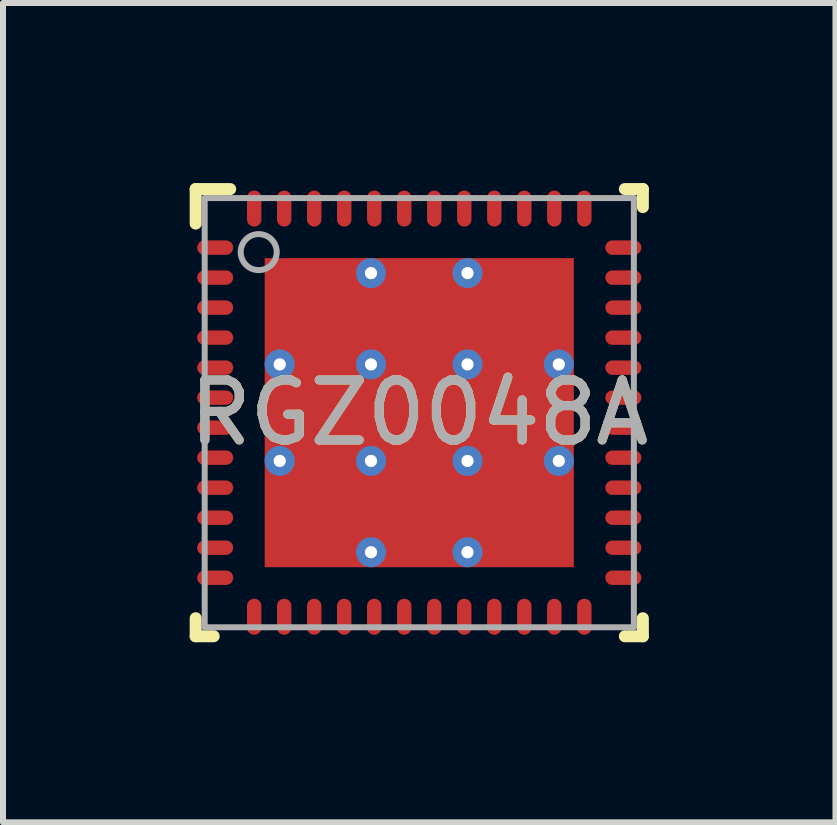
<source format=kicad_pcb>
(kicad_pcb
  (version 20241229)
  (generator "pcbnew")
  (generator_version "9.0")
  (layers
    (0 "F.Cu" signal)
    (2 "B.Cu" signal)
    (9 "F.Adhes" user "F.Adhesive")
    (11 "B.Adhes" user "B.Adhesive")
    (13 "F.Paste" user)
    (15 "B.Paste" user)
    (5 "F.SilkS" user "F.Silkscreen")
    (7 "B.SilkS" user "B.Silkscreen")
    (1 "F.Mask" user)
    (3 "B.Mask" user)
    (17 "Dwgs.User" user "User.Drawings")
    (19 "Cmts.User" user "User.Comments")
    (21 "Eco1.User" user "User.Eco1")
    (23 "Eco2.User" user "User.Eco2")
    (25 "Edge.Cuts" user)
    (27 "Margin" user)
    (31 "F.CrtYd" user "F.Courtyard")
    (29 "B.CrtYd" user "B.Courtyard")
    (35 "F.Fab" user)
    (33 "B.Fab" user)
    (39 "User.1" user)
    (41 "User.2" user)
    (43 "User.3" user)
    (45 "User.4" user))
  (footprint "RGZ0048A"
    (layer "F.Cu")
    (at 3.935 3.825)
    (property "Reference" "RGZ0048A" (at 0 0 0) (unlocked yes) (layer "F.SilkS") (effects (font (size 1 1) (thickness 0.15))))
    (attr smd)
    (fp_line (start -3.725 -3.725) (end -3.15 -3.725) (stroke (width 0.2) (type solid)) (layer "F.SilkS"))
    (fp_line (start -3.725 -3.15) (end -3.725 -3.725) (stroke (width 0.2) (type solid)) (layer "F.SilkS"))
    (fp_line (start -3.725 3.725) (end -3.725 3.425) (stroke (width 0.2) (type solid)) (layer "F.SilkS"))
    (fp_line (start -3.725 3.725) (end -3.425 3.725) (stroke (width 0.2) (type solid)) (layer "F.SilkS"))
    (fp_line (start 3.425 -3.725) (end 3.725 -3.725) (stroke (width 0.2) (type solid)) (layer "F.SilkS"))
    (fp_line (start 3.425 3.725) (end 3.725 3.725) (stroke (width 0.2) (type solid)) (layer "F.SilkS"))
    (fp_line (start 3.725 -3.425) (end 3.725 -3.725) (stroke (width 0.2) (type solid)) (layer "F.SilkS"))
    (fp_line (start 3.725 3.725) (end 3.725 3.425) (stroke (width 0.2) (type solid)) (layer "F.SilkS"))
    (fp_poly (pts (xy -0.903 -2.311) (xy -2.31 -2.311) (xy -2.31 -0.904) (xy -0.903 -0.904)) (stroke (width 0) (type solid)) (fill yes) (layer "F.Paste"))
    (fp_poly (pts (xy -0.903 -0.704) (xy -2.31 -0.704) (xy -2.31 0.703) (xy -0.903 0.703)) (stroke (width 0) (type solid)) (fill yes) (layer "F.Paste"))
    (fp_poly (pts (xy -0.903 0.903) (xy -2.31 0.903) (xy -2.31 2.31) (xy -0.903 2.31)) (stroke (width 0) (type solid)) (fill yes) (layer "F.Paste"))
    (fp_poly (pts (xy -0.703 -0.904) (xy 0.704 -0.904) (xy 0.704 -2.311) (xy -0.703 -2.311)) (stroke (width 0) (type solid)) (fill yes) (layer "F.Paste"))
    (fp_poly (pts (xy -0.703 0.703) (xy 0.704 0.703) (xy 0.704 -0.704) (xy -0.703 -0.704)) (stroke (width 0) (type solid)) (fill yes) (layer "F.Paste"))
    (fp_poly (pts (xy -0.703 2.31) (xy 0.704 2.31) (xy 0.704 0.903) (xy -0.703 0.903)) (stroke (width 0) (type solid)) (fill yes) (layer "F.Paste"))
    (fp_poly (pts (xy 0.904 -0.904) (xy 2.311 -0.904) (xy 2.311 -2.311) (xy 0.904 -2.311)) (stroke (width 0) (type solid)) (fill yes) (layer "F.Paste"))
    (fp_poly (pts (xy 0.904 0.703) (xy 2.311 0.703) (xy 2.311 -0.704) (xy 0.904 -0.704)) (stroke (width 0) (type solid)) (fill yes) (layer "F.Paste"))
    (fp_poly (pts (xy 0.904 2.31) (xy 2.311 2.31) (xy 2.311 0.903) (xy 0.904 0.903)) (stroke (width 0) (type solid)) (fill yes) (layer "F.Paste"))
    (fp_line (start -3.575 -3.575) (end 3.575 -3.575) (stroke (width 0.1) (type solid)) (layer "F.Fab"))
    (fp_line (start -3.575 3.575) (end -3.575 -3.575) (stroke (width 0.1) (type solid)) (layer "F.Fab"))
    (fp_line (start -3.575 3.575) (end 3.575 3.575) (stroke (width 0.1) (type solid)) (layer "F.Fab"))
    (fp_line (start 3.575 3.575) (end 3.575 -3.575) (stroke (width 0.1) (type solid)) (layer "F.Fab"))
    (fp_circle (center -2.675 -2.675) (end -2.375 -2.675) (stroke (width 0.1) (type solid)) (fill no) (layer "F.Fab"))
    (fp_text user "${REFERENCE}" (at 0 0 0) (unlocked yes) (layer "F.Fab") (effects (font (size 1 1) (thickness 0.15))))
    (pad "1" smd oval (at -3.4 -2.75 90) (size 0.24 0.6) (layers "F.Cu" "F.Mask" "F.Paste"))
    (pad "2" smd oval (at -3.4 -2.25 90) (size 0.24 0.6) (layers "F.Cu" "F.Mask" "F.Paste"))
    (pad "3" smd oval (at -3.4 -1.75 90) (size 0.24 0.6) (layers "F.Cu" "F.Mask" "F.Paste"))
    (pad "4" smd oval (at -3.4 -1.25 90) (size 0.24 0.6) (layers "F.Cu" "F.Mask" "F.Paste"))
    (pad "5" smd oval (at -3.4 -0.75 90) (size 0.24 0.6) (layers "F.Cu" "F.Mask" "F.Paste"))
    (pad "6" smd oval (at -3.4 -0.25 90) (size 0.24 0.6) (layers "F.Cu" "F.Mask" "F.Paste"))
    (pad "7" smd oval (at -3.4 0.25 90) (size 0.24 0.6) (layers "F.Cu" "F.Mask" "F.Paste"))
    (pad "8" smd oval (at -3.4 0.75 90) (size 0.24 0.6) (layers "F.Cu" "F.Mask" "F.Paste"))
    (pad "9" smd oval (at -3.4 1.25 90) (size 0.24 0.6) (layers "F.Cu" "F.Mask" "F.Paste"))
    (pad "10" smd oval (at -3.4 1.75 90) (size 0.24 0.6) (layers "F.Cu" "F.Mask" "F.Paste"))
    (pad "11" smd oval (at -3.4 2.25 90) (size 0.24 0.6) (layers "F.Cu" "F.Mask" "F.Paste"))
    (pad "12" smd oval (at -3.4 2.75 90) (size 0.24 0.6) (layers "F.Cu" "F.Mask" "F.Paste"))
    (pad "13" smd oval (at -2.75 3.4) (size 0.24 0.6) (layers "F.Cu" "F.Mask" "F.Paste"))
    (pad "14" smd oval (at -2.25 3.4) (size 0.24 0.6) (layers "F.Cu" "F.Mask" "F.Paste"))
    (pad "15" smd oval (at -1.75 3.4) (size 0.24 0.6) (layers "F.Cu" "F.Mask" "F.Paste"))
    (pad "16" smd oval (at -1.25 3.4) (size 0.24 0.6) (layers "F.Cu" "F.Mask" "F.Paste"))
    (pad "17" smd oval (at -0.75 3.4) (size 0.24 0.6) (layers "F.Cu" "F.Mask" "F.Paste"))
    (pad "18" smd oval (at -0.25 3.4) (size 0.24 0.6) (layers "F.Cu" "F.Mask" "F.Paste"))
    (pad "19" smd oval (at 0.25 3.4) (size 0.24 0.6) (layers "F.Cu" "F.Mask" "F.Paste"))
    (pad "20" smd oval (at 0.75 3.4) (size 0.24 0.6) (layers "F.Cu" "F.Mask" "F.Paste"))
    (pad "21" smd oval (at 1.25 3.4) (size 0.24 0.6) (layers "F.Cu" "F.Mask" "F.Paste"))
    (pad "22" smd oval (at 1.75 3.4) (size 0.24 0.6) (layers "F.Cu" "F.Mask" "F.Paste"))
    (pad "23" smd oval (at 2.25 3.4) (size 0.24 0.6) (layers "F.Cu" "F.Mask" "F.Paste"))
    (pad "24" smd oval (at 2.75 3.4) (size 0.24 0.6) (layers "F.Cu" "F.Mask" "F.Paste"))
    (pad "25" smd oval (at 3.4 2.75 90) (size 0.24 0.6) (layers "F.Cu" "F.Mask" "F.Paste"))
    (pad "26" smd oval (at 3.4 2.25 90) (size 0.24 0.6) (layers "F.Cu" "F.Mask" "F.Paste"))
    (pad "27" smd oval (at 3.4 1.75 90) (size 0.24 0.6) (layers "F.Cu" "F.Mask" "F.Paste"))
    (pad "28" smd oval (at 3.4 1.25 90) (size 0.24 0.6) (layers "F.Cu" "F.Mask" "F.Paste"))
    (pad "29" smd oval (at 3.4 0.75 90) (size 0.24 0.6) (layers "F.Cu" "F.Mask" "F.Paste"))
    (pad "30" smd oval (at 3.4 0.25 90) (size 0.24 0.6) (layers "F.Cu" "F.Mask" "F.Paste"))
    (pad "31" smd oval (at 3.4 -0.25 90) (size 0.24 0.6) (layers "F.Cu" "F.Mask" "F.Paste"))
    (pad "32" smd oval (at 3.4 -0.75 90) (size 0.24 0.6) (layers "F.Cu" "F.Mask" "F.Paste"))
    (pad "33" smd oval (at 3.4 -1.25 90) (size 0.24 0.6) (layers "F.Cu" "F.Mask" "F.Paste"))
    (pad "34" smd oval (at 3.4 -1.75 90) (size 0.24 0.6) (layers "F.Cu" "F.Mask" "F.Paste"))
    (pad "35" smd oval (at 3.4 -2.25 90) (size 0.24 0.6) (layers "F.Cu" "F.Mask" "F.Paste"))
    (pad "36" smd oval (at 3.4 -2.75 90) (size 0.24 0.6) (layers "F.Cu" "F.Mask" "F.Paste"))
    (pad "37" smd oval (at 2.75 -3.4) (size 0.24 0.6) (layers "F.Cu" "F.Mask" "F.Paste"))
    (pad "38" smd oval (at 2.25 -3.4) (size 0.24 0.6) (layers "F.Cu" "F.Mask" "F.Paste"))
    (pad "39" smd oval (at 1.75 -3.4) (size 0.24 0.6) (layers "F.Cu" "F.Mask" "F.Paste"))
    (pad "40" smd oval (at 1.25 -3.4) (size 0.24 0.6) (layers "F.Cu" "F.Mask" "F.Paste"))
    (pad "41" smd oval (at 0.75 -3.4) (size 0.24 0.6) (layers "F.Cu" "F.Mask" "F.Paste"))
    (pad "42" smd oval (at 0.25 -3.4) (size 0.24 0.6) (layers "F.Cu" "F.Mask" "F.Paste"))
    (pad "43" smd oval (at -0.25 -3.4) (size 0.24 0.6) (layers "F.Cu" "F.Mask" "F.Paste"))
    (pad "44" smd oval (at -0.75 -3.4) (size 0.24 0.6) (layers "F.Cu" "F.Mask" "F.Paste"))
    (pad "45" smd oval (at -1.25 -3.4) (size 0.24 0.6) (layers "F.Cu" "F.Mask" "F.Paste"))
    (pad "46" smd oval (at -1.75 -3.4) (size 0.24 0.6) (layers "F.Cu" "F.Mask" "F.Paste"))
    (pad "47" smd oval (at -2.25 -3.4) (size 0.24 0.6) (layers "F.Cu" "F.Mask" "F.Paste"))
    (pad "48" smd oval (at -2.75 -3.4) (size 0.24 0.6) (layers "F.Cu" "F.Mask" "F.Paste"))
    (pad "49" smd rect (at 0 0) (size 5.15 5.15) (layers "F.Cu" "F.Mask"))
    (pad "V" thru_hole circle (at -2.325 -0.804) (size 0.5 0.5) (drill 0.203) (layers "*.Cu" "*.Mask"))
    (pad "V" thru_hole circle (at -2.325 0.804) (size 0.5 0.5) (drill 0.203) (layers "*.Cu" "*.Mask"))
    (pad "V" thru_hole circle (at -0.804 -2.325) (size 0.5 0.5) (drill 0.203) (layers "*.Cu" "*.Mask"))
    (pad "V" thru_hole circle (at -0.804 -0.804) (size 0.5 0.5) (drill 0.203) (layers "*.Cu" "*.Mask"))
    (pad "V" thru_hole circle (at -0.804 0.804) (size 0.5 0.5) (drill 0.203) (layers "*.Cu" "*.Mask"))
    (pad "V" thru_hole circle (at -0.804 2.325) (size 0.5 0.5) (drill 0.203) (layers "*.Cu" "*.Mask"))
    (pad "V" thru_hole circle (at 0.804 -2.325) (size 0.5 0.5) (drill 0.203) (layers "*.Cu" "*.Mask"))
    (pad "V" thru_hole circle (at 0.804 -0.804) (size 0.5 0.5) (drill 0.203) (layers "*.Cu" "*.Mask"))
    (pad "V" thru_hole circle (at 0.804 0.804) (size 0.5 0.5) (drill 0.203) (layers "*.Cu" "*.Mask"))
    (pad "V" thru_hole circle (at 0.804 2.325) (size 0.5 0.5) (drill 0.203) (layers "*.Cu" "*.Mask"))
    (pad "V" thru_hole circle (at 2.325 -0.804) (size 0.5 0.5) (drill 0.203) (layers "*.Cu" "*.Mask"))
    (pad "V" thru_hole circle (at 2.325 0.804) (size 0.5 0.5) (drill 0.203) (layers "*.Cu" "*.Mask")))
  (gr_rect
    (start -3 -3)
    (end 10.869 10.65)
    (stroke (width 0.1) (type default))
    (fill no)
    (layer "Edge.Cuts")))
</source>
